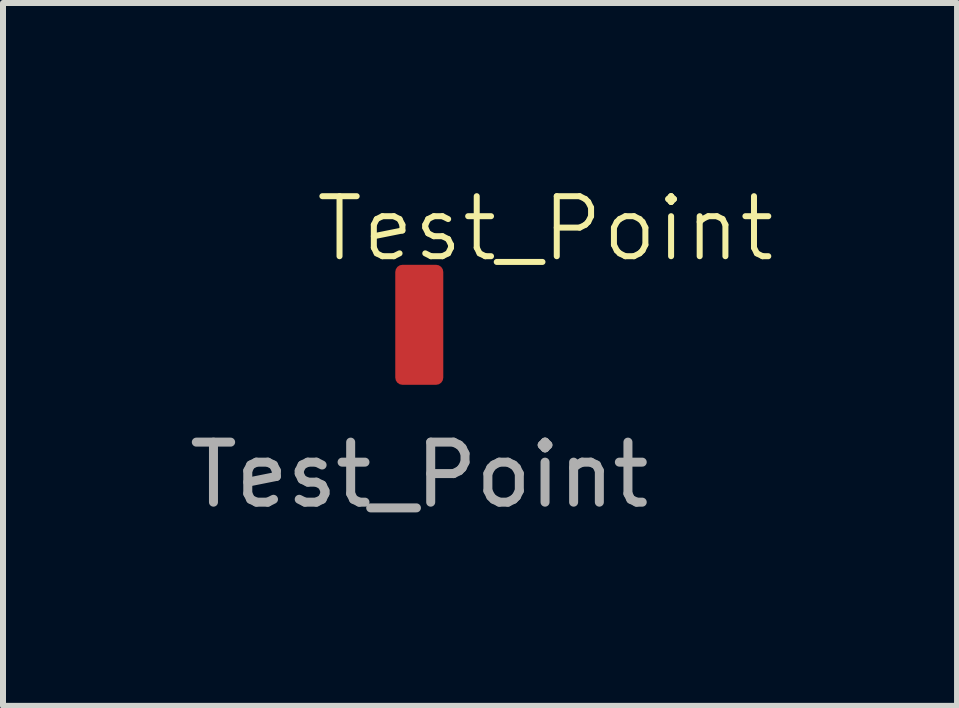
<source format=kicad_pcb>
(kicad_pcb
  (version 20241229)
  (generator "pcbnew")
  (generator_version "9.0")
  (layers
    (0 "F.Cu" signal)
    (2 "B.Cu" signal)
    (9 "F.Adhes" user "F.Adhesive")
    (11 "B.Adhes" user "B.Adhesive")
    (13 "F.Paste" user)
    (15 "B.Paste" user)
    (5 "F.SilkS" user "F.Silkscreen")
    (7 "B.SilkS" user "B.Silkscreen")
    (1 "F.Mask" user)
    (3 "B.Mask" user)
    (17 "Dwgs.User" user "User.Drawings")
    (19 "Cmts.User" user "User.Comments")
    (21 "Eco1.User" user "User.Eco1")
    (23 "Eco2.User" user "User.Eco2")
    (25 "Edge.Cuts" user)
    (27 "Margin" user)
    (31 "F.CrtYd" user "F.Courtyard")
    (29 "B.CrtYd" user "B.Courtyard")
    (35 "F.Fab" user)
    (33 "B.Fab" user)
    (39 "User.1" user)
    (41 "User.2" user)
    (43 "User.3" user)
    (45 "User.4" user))
  (footprint "Test_Point"
    (layer "F.Cu")
    (at 3.935 2.361)
    (property "Reference" "Test_Point" (at 2.1 -1.6 0) (unlocked yes) (layer "F.SilkS") (effects (font (size 1 1) (thickness 0.1))))
    (attr smd)
    (fp_text user "${REFERENCE}" (at 0 2.5 0) (unlocked yes) (layer "F.Fab") (effects (font (size 1 1) (thickness 0.15))))
    (pad "1" smd roundrect (at 0 0) (size 0.8 2) (layers "F.Cu" "F.Mask") (roundrect_rratio 0.15)))
  (gr_rect
    (start -3 -3)
    (end 12.894 8.709)
    (stroke (width 0.1) (type default))
    (fill no)
    (layer "Edge.Cuts")))
</source>
